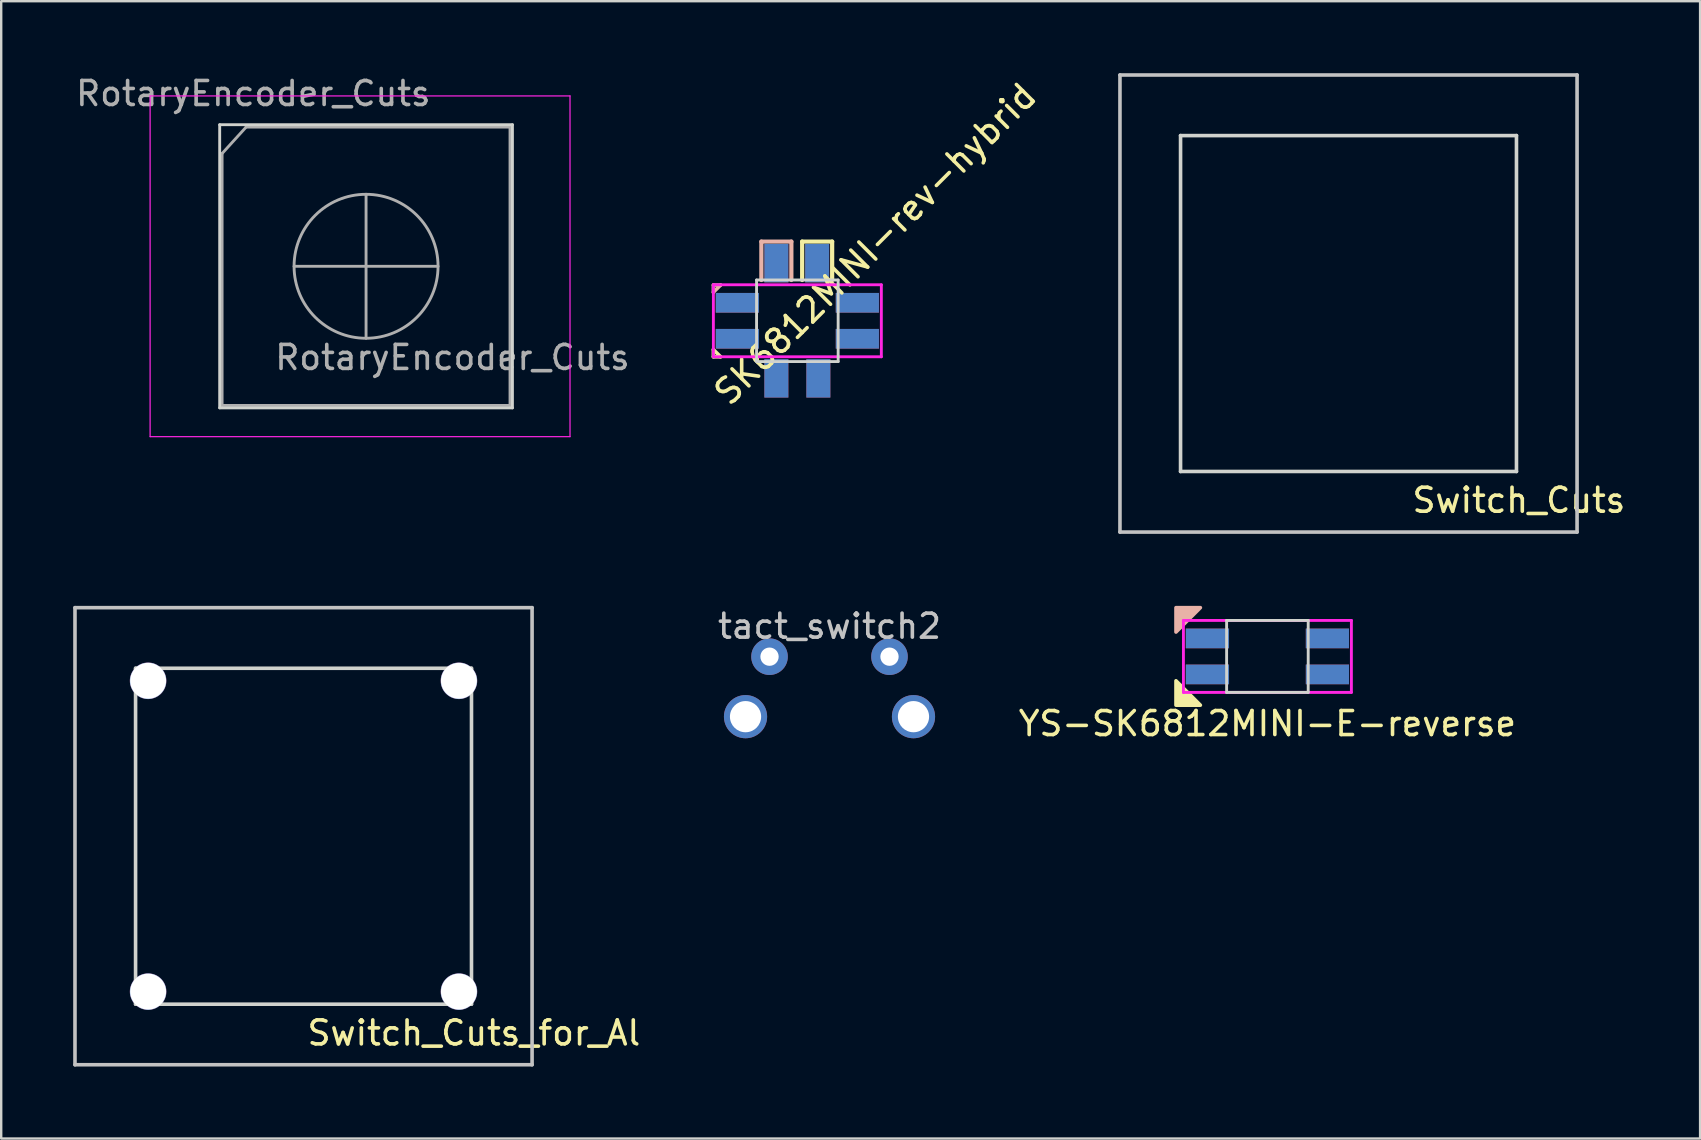
<source format=kicad_pcb>
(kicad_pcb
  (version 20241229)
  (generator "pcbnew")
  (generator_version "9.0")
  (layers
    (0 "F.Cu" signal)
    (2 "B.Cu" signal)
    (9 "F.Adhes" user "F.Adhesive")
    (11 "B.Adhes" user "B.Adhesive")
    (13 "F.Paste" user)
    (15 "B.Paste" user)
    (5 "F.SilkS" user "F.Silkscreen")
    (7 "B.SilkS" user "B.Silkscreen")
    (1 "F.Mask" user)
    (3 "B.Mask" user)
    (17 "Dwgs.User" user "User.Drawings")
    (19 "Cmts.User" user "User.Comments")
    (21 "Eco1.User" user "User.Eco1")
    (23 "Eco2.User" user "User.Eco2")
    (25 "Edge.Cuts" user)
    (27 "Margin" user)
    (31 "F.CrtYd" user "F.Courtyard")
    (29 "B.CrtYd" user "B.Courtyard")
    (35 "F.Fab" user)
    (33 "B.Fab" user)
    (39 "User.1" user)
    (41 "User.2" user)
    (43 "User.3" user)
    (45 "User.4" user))
  (footprint "tact_switch2"
    (layer "F.Cu")
    (at 31.521 24.318)
    (property "Reference" "tact_switch2" (at 0 -1.27 0) (layer "Dwgs.User") (effects (font (size 1 1) (thickness 0.15))))
    (attr through_hole)
    (pad "" thru_hole circle (at -3.5 2.5) (size 1.8 1.8) (drill 1.3) (layers "*.Cu" "*.Mask"))
    (pad "" thru_hole circle (at 3.5 2.5) (size 1.8 1.8) (drill 1.3) (layers "*.Cu" "*.Mask"))
    (pad "1" thru_hole circle (at -2.5 0) (size 1.524 1.524) (drill 0.762) (layers "*.Cu" "*.Mask"))
    (pad "2" thru_hole circle (at 2.5 0) (size 1.524 1.524) (drill 0.762) (layers "*.Cu" "*.Mask")))
  (footprint "Switch_Cuts_for_Al"
    (layer "F.Cu")
    (at 9.6 31.8)
    (property "Reference" "Switch_Cuts_for_Al" (at 7.1 8.2 0) (layer "F.SilkS") (effects (font (size 1 1) (thickness 0.15))))
    (attr through_hole)
    (fp_line (start -9.525 -9.525) (end 9.525 -9.525) (stroke (width 0.15) (type solid)) (layer "Dwgs.User"))
    (fp_line (start -9.525 9.525) (end -9.525 -9.525) (stroke (width 0.15) (type solid)) (layer "Dwgs.User"))
    (fp_line (start 9.525 -9.525) (end 9.525 9.525) (stroke (width 0.15) (type solid)) (layer "Dwgs.User"))
    (fp_line (start 9.525 9.525) (end -9.525 9.525) (stroke (width 0.15) (type solid)) (layer "Dwgs.User"))
    (fp_line (start -7 -7) (end -7 7) (stroke (width 0.15) (type solid)) (layer "Edge.Cuts"))
    (fp_line (start -7 -7) (end 7 -7) (stroke (width 0.15) (type solid)) (layer "Edge.Cuts"))
    (fp_line (start -7 7) (end 7 7) (stroke (width 0.15) (type solid)) (layer "Edge.Cuts"))
    (fp_line (start 7 -7) (end 7 7) (stroke (width 0.15) (type solid)) (layer "Edge.Cuts"))
    (pad "" np_thru_hole circle (at -6.477 -6.477) (size 1.524 1.524) (drill 1.5) (layers "*.Cu" "*.Mask"))
    (pad "" np_thru_hole circle (at -6.477 6.477) (size 1.524 1.524) (drill 1.5) (layers "*.Cu" "*.Mask"))
    (pad "" np_thru_hole circle (at 6.477 -6.477) (size 1.524 1.524) (drill 1.5) (layers "*.Cu" "*.Mask"))
    (pad "" np_thru_hole circle (at 6.477 6.477) (size 1.524 1.524) (drill 1.5) (layers "*.Cu" "*.Mask")))
  (footprint "RotaryEncoder_Cuts"
    (layer "F.Cu")
    (at 12.206 8.048)
    (property "Reference" "RotaryEncoder_Cuts" (at -4.7 -7.2 0) (layer "F.Fab") (effects (font (size 1 1) (thickness 0.15))))
    (attr through_hole)
    (fp_line (start -6.1 -5.9) (end -6.1 5.9) (stroke (width 0.12) (type solid)) (layer "Edge.Cuts"))
    (fp_line (start 6.1 -5.9) (end -6.1 -5.9) (stroke (width 0.12) (type solid)) (layer "Edge.Cuts"))
    (fp_line (start 6.1 -5.9) (end 6.1 5.9) (stroke (width 0.12) (type solid)) (layer "Edge.Cuts"))
    (fp_line (start 6.1 5.9) (end -6.1 5.9) (stroke (width 0.12) (type solid)) (layer "Edge.Cuts"))
    (fp_line (start -9 -7.1) (end -9 7.1) (stroke (width 0.05) (type solid)) (layer "F.CrtYd"))
    (fp_line (start -9 -7.1) (end 8.5 -7.1) (stroke (width 0.05) (type solid)) (layer "F.CrtYd"))
    (fp_line (start 8.5 7.1) (end -9 7.1) (stroke (width 0.05) (type solid)) (layer "F.CrtYd"))
    (fp_line (start 8.5 7.1) (end 8.5 -7.1) (stroke (width 0.05) (type solid)) (layer "F.CrtYd"))
    (fp_line (start -6 -4.7) (end -5 -5.8) (stroke (width 0.12) (type solid)) (layer "F.Fab"))
    (fp_line (start -6 5.8) (end -6 -4.7) (stroke (width 0.12) (type solid)) (layer "F.Fab"))
    (fp_line (start -5 -5.8) (end 6 -5.8) (stroke (width 0.12) (type solid)) (layer "F.Fab"))
    (fp_line (start -3 0) (end 3 0) (stroke (width 0.12) (type solid)) (layer "F.Fab"))
    (fp_line (start 0 -3) (end 0 3) (stroke (width 0.12) (type solid)) (layer "F.Fab"))
    (fp_line (start 6 -5.8) (end 6 5.8) (stroke (width 0.12) (type solid)) (layer "F.Fab"))
    (fp_line (start 6 5.8) (end -6 5.8) (stroke (width 0.12) (type solid)) (layer "F.Fab"))
    (fp_circle (center 0 0) (end 3 0) (stroke (width 0.12) (type solid)) (fill no) (layer "F.Fab"))
    (fp_text user "${REFERENCE}" (at 3.6 3.8 0) (layer "F.Fab") (effects (font (size 1 1) (thickness 0.15)))))
  (footprint "Switch_Cuts"
    (layer "F.Cu")
    (at 53.151 9.6)
    (property "Reference" "Switch_Cuts" (at 7.1 8.2 0) (layer "F.SilkS") (effects (font (size 1 1) (thickness 0.15))))
    (attr through_hole)
    (fp_line (start -9.525 -9.525) (end 9.525 -9.525) (stroke (width 0.15) (type solid)) (layer "Dwgs.User"))
    (fp_line (start -9.525 9.525) (end -9.525 -9.525) (stroke (width 0.15) (type solid)) (layer "Dwgs.User"))
    (fp_line (start 9.525 -9.525) (end 9.525 9.525) (stroke (width 0.15) (type solid)) (layer "Dwgs.User"))
    (fp_line (start 9.525 9.525) (end -9.525 9.525) (stroke (width 0.15) (type solid)) (layer "Dwgs.User"))
    (fp_line (start -7 -7) (end -7 7) (stroke (width 0.15) (type solid)) (layer "Edge.Cuts"))
    (fp_line (start -7 -7) (end 7 -7) (stroke (width 0.15) (type solid)) (layer "Edge.Cuts"))
    (fp_line (start -7 7) (end 7 7) (stroke (width 0.15) (type solid)) (layer "Edge.Cuts"))
    (fp_line (start 7 -7) (end 7 7) (stroke (width 0.15) (type solid)) (layer "Edge.Cuts")))
  (footprint "YS-SK6812MINI-E-reverse"
    (layer "F.Cu")
    (at 49.771 24.307)
    (property "Reference" "YS-SK6812MINI-E-reverse" (at 0 2.8 0) (layer "F.SilkS") (effects (font (size 1 1) (thickness 0.15))))
    (attr through_hole)
    (fp_poly (pts (xy -3.81 1.016) (xy -2.794 2.032) (xy -3.81 2.032)) (stroke (width 0.15) (type solid)) (fill yes) (layer "F.SilkS"))
    (fp_poly (pts (xy -3.81 -1.016) (xy -2.794 -2.032) (xy -3.81 -2.032)) (stroke (width 0.15) (type solid)) (fill yes) (layer "B.SilkS"))
    (fp_line (start -1.7 -1.5) (end -1.7 1.5) (stroke (width 0.12) (type solid)) (layer "Edge.Cuts"))
    (fp_line (start -1.7 1.5) (end 1.7 1.5) (stroke (width 0.12) (type solid)) (layer "Edge.Cuts"))
    (fp_line (start 1.7 -1.5) (end -1.7 -1.5) (stroke (width 0.12) (type solid)) (layer "Edge.Cuts"))
    (fp_line (start 1.7 1.5) (end 1.7 -1.5) (stroke (width 0.12) (type solid)) (layer "Edge.Cuts"))
    (fp_line (start -3.5 -1.5) (end -3.5 1.5) (stroke (width 0.12) (type solid)) (layer "F.CrtYd"))
    (fp_line (start -3.5 1.5) (end 3.5 1.5) (stroke (width 0.12) (type solid)) (layer "F.CrtYd"))
    (fp_line (start 3.5 -1.5) (end -3.5 -1.5) (stroke (width 0.12) (type solid)) (layer "F.CrtYd"))
    (fp_line (start 3.5 1.5) (end 3.5 -1.5) (stroke (width 0.12) (type solid)) (layer "F.CrtYd"))
    (pad "1" smd rect (at 2.5 -0.75) (size 1.8 0.82) (layers "F.Cu" "F.Mask" "F.Paste"))
    (pad "1" smd rect (at 2.5 0.75) (size 1.8 0.82) (layers "B.Cu" "B.Mask" "B.Paste"))
    (pad "2" smd rect (at 2.5 -0.75) (size 1.8 0.82) (layers "B.Cu" "B.Mask" "B.Paste"))
    (pad "2" smd rect (at 2.5 0.75) (size 1.8 0.82) (layers "F.Cu" "F.Mask" "F.Paste"))
    (pad "3" smd rect (at -2.5 -0.75) (size 1.8 0.82) (layers "B.Cu" "B.Mask" "B.Paste"))
    (pad "3" smd rect (at -2.5 0.75) (size 1.8 0.82) (layers "F.Cu" "F.Mask" "F.Paste"))
    (pad "4" smd rect (at -2.5 -0.75) (size 1.8 0.82) (layers "F.Cu" "F.Mask" "F.Paste"))
    (pad "4" smd rect (at -2.5 0.75) (size 1.8 0.82) (layers "B.Cu" "B.Mask" "B.Paste")))
  (footprint "SK6812MINI-rev-hybrid"
    (layer "F.Cu")
    (at 30.181 10.319)
    (property "Reference" "SK6812MINI-rev-hybrid" (at 3.25 -3.2 45) (layer "F.SilkS") (effects (font (size 1 1) (thickness 0.15))))
    (attr through_hole)
    (fp_line (start -3.5 1.2) (end -3.2 1.5) (stroke (width 0.15) (type solid)) (layer "F.SilkS"))
    (fp_line (start -3.5 1.5) (end -3.5 1.2) (stroke (width 0.15) (type solid)) (layer "F.SilkS"))
    (fp_line (start -3.2 1.5) (end -3.5 1.5) (stroke (width 0.15) (type solid)) (layer "F.SilkS"))
    (fp_line (start 0.2 -3.3) (end 1.45 -3.3) (stroke (width 0.175) (type solid)) (layer "F.SilkS"))
    (fp_line (start 0.2 -1.7) (end 0.2 -3.3) (stroke (width 0.175) (type solid)) (layer "F.SilkS"))
    (fp_line (start 1.45 -3.3) (end 1.45 -1.7) (stroke (width 0.175) (type solid)) (layer "F.SilkS"))
    (fp_line (start -3.5 -1.489) (end -3.5 -1.189) (stroke (width 0.15) (type solid)) (layer "B.SilkS"))
    (fp_line (start -3.5 -1.189) (end -3.2 -1.489) (stroke (width 0.15) (type solid)) (layer "B.SilkS"))
    (fp_line (start -3.2 -1.489) (end -3.5 -1.489) (stroke (width 0.15) (type solid)) (layer "B.SilkS"))
    (fp_line (start -1.5 -3.3) (end -1.5 -1.7) (stroke (width 0.175) (type solid)) (layer "B.SilkS"))
    (fp_line (start -0.25 -3.3) (end -1.5 -3.3) (stroke (width 0.175) (type solid)) (layer "B.SilkS"))
    (fp_line (start -0.25 -1.7) (end -0.25 -3.3) (stroke (width 0.175) (type solid)) (layer "B.SilkS"))
    (fp_line (start -1.7 -1.7) (end -1.7 1.7) (stroke (width 0.12) (type solid)) (layer "Edge.Cuts"))
    (fp_line (start -1.7 1.7) (end 1.7 1.7) (stroke (width 0.12) (type solid)) (layer "Edge.Cuts"))
    (fp_line (start 1.7 -1.7) (end -1.7 -1.7) (stroke (width 0.12) (type solid)) (layer "Edge.Cuts"))
    (fp_line (start 1.7 1.7) (end 1.7 -1.7) (stroke (width 0.12) (type solid)) (layer "Edge.Cuts"))
    (fp_line (start -3.5 -1.5) (end -3.5 1.5) (stroke (width 0.12) (type solid)) (layer "F.CrtYd"))
    (fp_line (start -3.5 1.5) (end 3.5 1.5) (stroke (width 0.12) (type solid)) (layer "F.CrtYd"))
    (fp_line (start 3.5 -1.5) (end -3.5 -1.5) (stroke (width 0.12) (type solid)) (layer "F.CrtYd"))
    (fp_line (start 3.5 1.5) (end 3.5 -1.5) (stroke (width 0.12) (type solid)) (layer "F.CrtYd"))
    (pad "1" smd rect (at -0.875 2.4) (size 1 1.6) (layers "B.Cu" "B.Mask" "B.Paste"))
    (pad "1" smd rect (at 0.875 2.4) (size 1 1.6) (layers "F.Cu" "F.Mask" "F.Paste"))
    (pad "1" smd rect (at 2.5 -0.75) (size 1.8 0.82) (layers "B.Cu" "B.Mask" "B.Paste"))
    (pad "1" smd rect (at 2.5 0.75) (size 1.8 0.82) (layers "F.Cu" "F.Mask" "F.Paste"))
    (pad "2" smd rect (at -2.5 -0.75) (size 1.8 0.82) (layers "B.Cu" "B.Mask" "B.Paste"))
    (pad "2" smd rect (at -2.5 0.75) (size 1.8 0.82) (layers "F.Cu" "F.Mask" "F.Paste"))
    (pad "2" smd rect (at -0.875 2.4) (size 1 1.6) (layers "F.Cu" "F.Mask" "F.Paste"))
    (pad "2" smd rect (at 0.875 2.4) (size 1 1.6) (layers "B.Cu" "B.Mask" "B.Paste"))
    (pad "3" smd rect (at -2.5 -0.75) (size 1.8 0.82) (layers "F.Cu" "F.Mask" "F.Paste"))
    (pad "3" smd rect (at -2.5 0.75) (size 1.8 0.82) (layers "B.Cu" "B.Mask" "B.Paste"))
    (pad "3" smd rect (at -0.875 -2.4) (size 1 1.6) (layers "F.Cu" "F.Mask" "F.Paste"))
    (pad "3" smd rect (at 0.825 -2.4) (size 1 1.6) (layers "B.Cu" "B.Mask" "B.Paste"))
    (pad "4" smd rect (at -0.875 -2.4) (size 1 1.6) (layers "B.Cu" "B.Mask" "B.Paste"))
    (pad "4" smd rect (at 0.825 -2.4) (size 1 1.6) (layers "F.Cu" "F.Mask" "F.Paste"))
    (pad "4" smd rect (at 2.5 -0.75) (size 1.8 0.82) (layers "F.Cu" "F.Mask" "F.Paste"))
    (pad "4" smd rect (at 2.5 0.75) (size 1.8 0.82) (layers "B.Cu" "B.Mask" "B.Paste")))
  (gr_rect
    (start -3 -3)
    (end 67.804 44.4)
    (stroke (width 0.1) (type default))
    (fill no)
    (layer "Edge.Cuts")))
</source>
